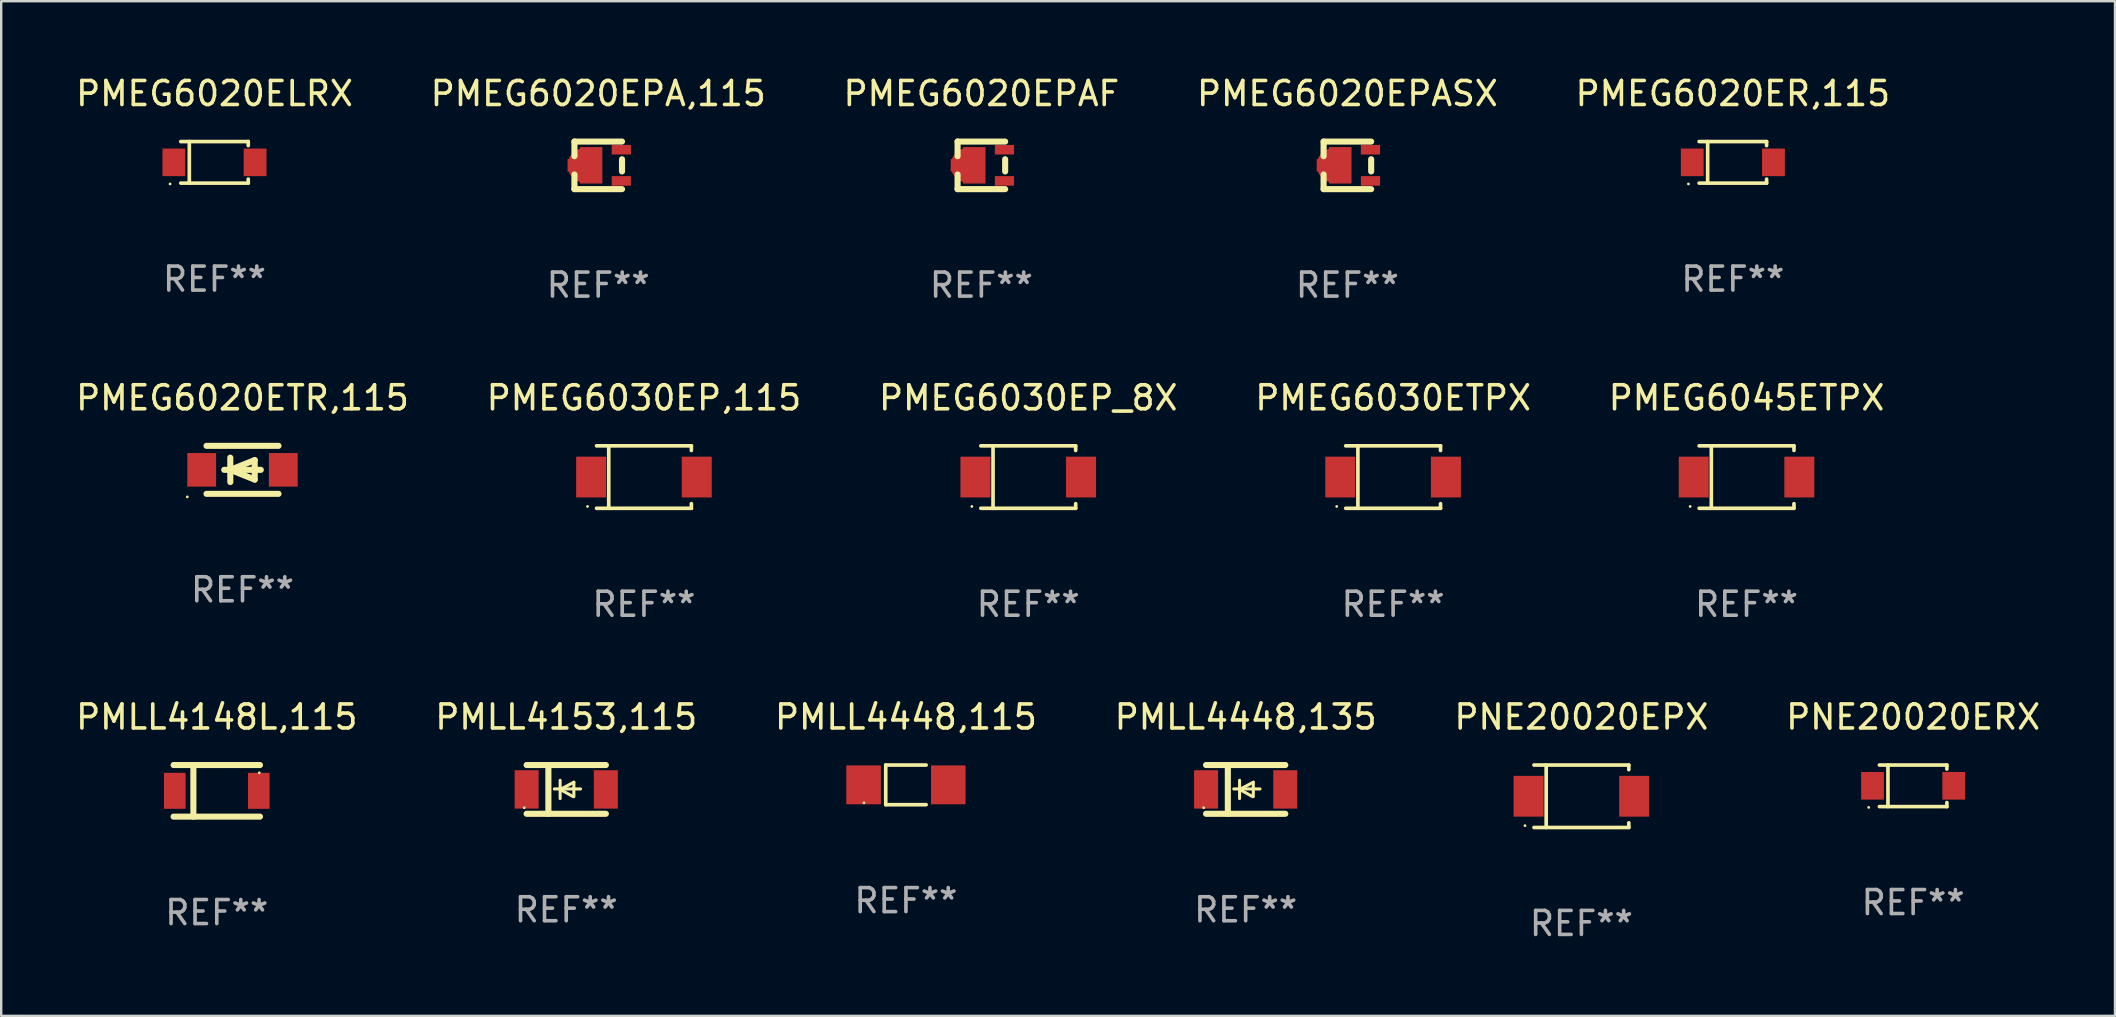
<source format=kicad_pcb>
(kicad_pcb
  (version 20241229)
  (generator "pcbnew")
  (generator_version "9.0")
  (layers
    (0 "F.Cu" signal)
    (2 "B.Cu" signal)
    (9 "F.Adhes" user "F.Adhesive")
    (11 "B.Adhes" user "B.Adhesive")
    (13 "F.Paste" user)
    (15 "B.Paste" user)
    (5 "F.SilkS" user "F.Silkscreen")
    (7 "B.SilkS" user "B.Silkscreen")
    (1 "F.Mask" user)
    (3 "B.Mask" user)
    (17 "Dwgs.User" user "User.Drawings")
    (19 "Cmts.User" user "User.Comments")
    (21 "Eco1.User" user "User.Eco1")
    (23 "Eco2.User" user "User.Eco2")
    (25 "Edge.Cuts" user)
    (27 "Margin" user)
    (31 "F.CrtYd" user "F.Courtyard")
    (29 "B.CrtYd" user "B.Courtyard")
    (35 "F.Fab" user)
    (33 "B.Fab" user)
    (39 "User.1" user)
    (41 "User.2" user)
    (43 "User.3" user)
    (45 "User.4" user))
  (footprint "PMEG6020ETR,115"
    (layer "F.Cu")
    (at 7.054 16.526)
    (property "Reference" "PMEG6020ETR,115" (at 0 -3 0) (layer "F.SilkS") (effects (font (size 1 1) (thickness 0.15))))
    (attr through_hole)
    (fp_line (start -1.5 -1) (end 1.5 -1) (stroke (width 0.254) (type solid)) (layer "F.SilkS"))
    (fp_line (start -1.5 1) (end 1.5 1) (stroke (width 0.254) (type solid)) (layer "F.SilkS"))
    (fp_line (start -0.762 0) (end 0.762 0) (stroke (width 0.254) (type solid)) (layer "F.SilkS"))
    (fp_line (start -0.508 -0.508) (end -0.508 0.508) (stroke (width 0.254) (type solid)) (layer "F.SilkS"))
    (fp_line (start -0.508 0) (end 0.508 -0.406) (stroke (width 0.254) (type solid)) (layer "F.SilkS"))
    (fp_line (start 0.508 -0.406) (end 0.508 0.406) (stroke (width 0.254) (type solid)) (layer "F.SilkS"))
    (fp_line (start 0.508 0.406) (end -0.508 0) (stroke (width 0.254) (type solid)) (layer "F.SilkS"))
    (fp_circle (center -2.3 1.127) (end -2.27 1.127) (stroke (width 0.06) (type solid)) (fill no) (layer "F.SilkS"))
    (fp_text user "REF**" (at 0 5 0) (layer "F.Fab") (effects (font (size 1 1) (thickness 0.15))))
    (pad "1" smd rect (at -1.7 0) (size 1.2 1.4) (layers "F.Cu" "F.Mask" "F.Paste"))
    (pad "2" smd rect (at 1.7 0) (size 1.2 1.4) (layers "F.Cu" "F.Mask" "F.Paste")))
  (footprint "PMLL4448,115"
    (layer "F.Cu")
    (at 34.696 29.651)
    (property "Reference" "PMLL4448,115" (at 0 -2.826 0) (layer "F.SilkS") (effects (font (size 1 1) (thickness 0.15))))
    (attr through_hole)
    (fp_line (start -0.842 -0.826) (end -0.842 0.826) (stroke (width 0.152) (type solid)) (layer "F.SilkS"))
    (fp_line (start -0.842 -0.826) (end 0.842 -0.826) (stroke (width 0.152) (type solid)) (layer "F.SilkS"))
    (fp_line (start -0.842 0.826) (end 0.842 0.826) (stroke (width 0.152) (type solid)) (layer "F.SilkS"))
    (fp_circle (center -1.75 0.75) (end -1.72 0.75) (stroke (width 0.06) (type solid)) (fill no) (layer "F.SilkS"))
    (fp_text user "REF**" (at 0 4.826 0) (layer "F.Fab") (effects (font (size 1 1) (thickness 0.15))))
    (pad "1" smd rect (at -1.765 0) (size 1.44 1.62) (layers "F.Cu" "F.Mask" "F.Paste"))
    (pad "2" smd rect (at 1.765 0) (size 1.44 1.62) (layers "F.Cu" "F.Mask" "F.Paste")))
  (footprint "PMEG6020ER,115"
    (layer "F.Cu")
    (at 69.149 3.714)
    (property "Reference" "PMEG6020ER,115" (at 0 -2.866 0) (layer "F.SilkS") (effects (font (size 1 1) (thickness 0.15))))
    (attr through_hole)
    (fp_line (start -1.406 -0.866) (end 1.406 -0.866) (stroke (width 0.152) (type solid)) (layer "F.SilkS"))
    (fp_line (start -1.406 0.866) (end 1.406 0.866) (stroke (width 0.152) (type solid)) (layer "F.SilkS"))
    (fp_line (start -1.049 -0.866) (end -1.049 0.866) (stroke (width 0.152) (type solid)) (layer "F.SilkS"))
    (fp_line (start 1.406 -0.866) (end 1.406 -0.698) (stroke (width 0.152) (type solid)) (layer "F.SilkS"))
    (fp_line (start 1.406 0.866) (end 1.406 0.698) (stroke (width 0.152) (type solid)) (layer "F.SilkS"))
    (fp_circle (center -1.851 0.9) (end -1.821 0.9) (stroke (width 0.06) (type solid)) (fill no) (layer "F.SilkS"))
    (fp_text user "REF**" (at 0 4.866 0) (layer "F.Fab") (effects (font (size 1 1) (thickness 0.15))))
    (pad "1" smd rect (at -1.692 0) (size 0.95 1.15) (layers "F.Cu" "F.Mask" "F.Paste"))
    (pad "2" smd rect (at 1.692 0) (size 0.95 1.15) (layers "F.Cu" "F.Mask" "F.Paste")))
  (footprint "PMEG6045ETPX"
    (layer "F.Cu")
    (at 69.72 16.827)
    (property "Reference" "PMEG6045ETPX" (at 0 -3.301 0) (layer "F.SilkS") (effects (font (size 1 1) (thickness 0.15))))
    (attr through_hole)
    (fp_line (start -1.976 -1.301) (end 1.976 -1.301) (stroke (width 0.152) (type solid)) (layer "F.SilkS"))
    (fp_line (start -1.976 1.301) (end 1.976 1.301) (stroke (width 0.152) (type solid)) (layer "F.SilkS"))
    (fp_line (start -1.467 -1.301) (end -1.467 1.301) (stroke (width 0.152) (type solid)) (layer "F.SilkS"))
    (fp_line (start 1.976 -1.301) (end 1.976 -1.108) (stroke (width 0.152) (type solid)) (layer "F.SilkS"))
    (fp_line (start 1.976 1.301) (end 1.976 1.108) (stroke (width 0.152) (type solid)) (layer "F.SilkS"))
    (fp_circle (center -2.35 1.225) (end -2.32 1.225) (stroke (width 0.06) (type solid)) (fill no) (layer "F.SilkS"))
    (fp_text user "REF**" (at 0 5.301 0) (layer "F.Fab") (effects (font (size 1 1) (thickness 0.15))))
    (pad "1" smd rect (at -2.2 0 180) (size 1.25 1.7) (layers "F.Cu" "F.Mask" "F.Paste"))
    (pad "2" smd rect (at 2.2 0 180) (size 1.25 1.7) (layers "F.Cu" "F.Mask" "F.Paste")))
  (footprint "PMLL4148L,115"
    (layer "F.Cu")
    (at 5.982 29.9)
    (property "Reference" "PMLL4148L,115" (at 0 -3.075 0) (layer "F.SilkS") (effects (font (size 1 1) (thickness 0.15))))
    (attr through_hole)
    (fp_line (start -0.975 1.075) (end -0.975 -1.075) (stroke (width 0.254) (type solid)) (layer "F.SilkS"))
    (fp_line (start 1.8 -1.075) (end -1.8 -1.075) (stroke (width 0.254) (type solid)) (layer "F.SilkS"))
    (fp_line (start 1.8 1.075) (end -1.8 1.075) (stroke (width 0.254) (type solid)) (layer "F.SilkS"))
    (fp_circle (center 1.77 -0.75) (end 1.8 -0.75) (stroke (width 0.06) (type solid)) (fill no) (layer "F.SilkS"))
    (fp_text user "REF**" (at 0 5.075 0) (layer "F.Fab") (effects (font (size 1 1) (thickness 0.15))))
    (pad "1" smd rect (at 1.75 0 180) (size 0.9 1.5) (layers "F.Cu" "F.Mask" "F.Paste"))
    (pad "2" smd rect (at -1.75 0 180) (size 0.9 1.5) (layers "F.Cu" "F.Mask" "F.Paste")))
  (footprint "PMEG6030EP_8X"
    (layer "F.Cu")
    (at 39.792 16.827)
    (property "Reference" "PMEG6030EP_8X" (at 0 -3.301 0) (layer "F.SilkS") (effects (font (size 1 1) (thickness 0.15))))
    (attr through_hole)
    (fp_line (start -1.976 -1.301) (end 1.976 -1.301) (stroke (width 0.152) (type solid)) (layer "F.SilkS"))
    (fp_line (start -1.976 1.301) (end 1.976 1.301) (stroke (width 0.152) (type solid)) (layer "F.SilkS"))
    (fp_line (start -1.467 -1.301) (end -1.467 1.301) (stroke (width 0.152) (type solid)) (layer "F.SilkS"))
    (fp_line (start 1.976 -1.301) (end 1.976 -1.108) (stroke (width 0.152) (type solid)) (layer "F.SilkS"))
    (fp_line (start 1.976 1.301) (end 1.976 1.108) (stroke (width 0.152) (type solid)) (layer "F.SilkS"))
    (fp_circle (center -2.35 1.225) (end -2.32 1.225) (stroke (width 0.06) (type solid)) (fill no) (layer "F.SilkS"))
    (fp_text user "REF**" (at 0 5.301 0) (layer "F.Fab") (effects (font (size 1 1) (thickness 0.15))))
    (pad "1" smd rect (at -2.2 0 180) (size 1.25 1.7) (layers "F.Cu" "F.Mask" "F.Paste"))
    (pad "2" smd rect (at 2.2 0 180) (size 1.25 1.7) (layers "F.Cu" "F.Mask" "F.Paste")))
  (footprint "PMLL4448,135"
    (layer "F.Cu")
    (at 48.851 29.841)
    (property "Reference" "PMLL4448,135" (at 0 -3.016 0) (layer "F.SilkS") (effects (font (size 1 1) (thickness 0.15))))
    (attr through_hole)
    (fp_line (start -1.651 -1.016) (end 1.651 -1.016) (stroke (width 0.254) (type solid)) (layer "F.SilkS"))
    (fp_line (start -1.651 1.016) (end 1.651 1.016) (stroke (width 0.254) (type solid)) (layer "F.SilkS"))
    (fp_line (start -0.743 -1) (end -0.743 1.016) (stroke (width 0.254) (type solid)) (layer "F.SilkS"))
    (fp_line (start -0.495 -0.02) (end 0.597 -0.02) (stroke (width 0.127) (type solid)) (layer "F.SilkS"))
    (fp_line (start -0.254 0) (end -0.254 -0.381) (stroke (width 0.127) (type solid)) (layer "F.SilkS"))
    (fp_line (start -0.254 0) (end -0.254 0.381) (stroke (width 0.127) (type solid)) (layer "F.SilkS"))
    (fp_line (start 0.288 0.301) (end -0.254 0) (stroke (width 0.127) (type solid)) (layer "F.SilkS"))
    (fp_line (start 0.318 -0.299) (end -0.254 0) (stroke (width 0.127) (type solid)) (layer "F.SilkS"))
    (fp_line (start 0.318 -0.299) (end 0.318 0.301) (stroke (width 0.127) (type solid)) (layer "F.SilkS"))
    (fp_circle (center -1.75 0.763) (end -1.72 0.763) (stroke (width 0.06) (type solid)) (fill no) (layer "F.SilkS"))
    (fp_text user "REF**" (at 0 5.016 0) (layer "F.Fab") (effects (font (size 1 1) (thickness 0.15))))
    (pad "1" smd rect (at -1.65 0 90) (size 1.6 1) (layers "F.Cu" "F.Mask" "F.Paste"))
    (pad "2" smd rect (at 1.65 0 90) (size 1.6 1) (layers "F.Cu" "F.Mask" "F.Paste")))
  (footprint "PMEG6020EPASX"
    (layer "F.Cu")
    (at 53.089 3.839)
    (property "Reference" "PMEG6020EPASX" (at 0 -2.991 0) (layer "F.SilkS") (effects (font (size 1 1) (thickness 0.15))))
    (attr through_hole)
    (fp_line (start -0.991 -0.991) (end -0.991 -0.381) (stroke (width 0.254) (type solid)) (layer "F.SilkS"))
    (fp_line (start -0.991 0.381) (end -0.991 0.991) (stroke (width 0.254) (type solid)) (layer "F.SilkS"))
    (fp_line (start -0.991 0.991) (end 0.991 0.991) (stroke (width 0.254) (type solid)) (layer "F.SilkS"))
    (fp_line (start 0.991 -0.991) (end -0.991 -0.991) (stroke (width 0.254) (type solid)) (layer "F.SilkS"))
    (fp_line (start 0.991 -0.254) (end 0.991 0.254) (stroke (width 0.254) (type solid)) (layer "F.SilkS"))
    (fp_circle (center 1.054 0.999) (end 1.084 0.999) (stroke (width 0.06) (type solid)) (fill no) (layer "F.SilkS"))
    (fp_text user "REF**" (at 0 4.991 0) (layer "F.Fab") (effects (font (size 1 1) (thickness 0.15))))
    (pad "1" smd rect (at 0.962 0.649 270) (size 0.399 0.8) (layers "F.Cu" "F.Mask" "F.Paste"))
    (pad "2" smd rect (at 0.962 -0.651 270) (size 0.399 0.8) (layers "F.Cu" "F.Mask" "F.Paste"))
    (pad "3" smd custom (at -0.553 -0.001) (size 1.45 1.52) (layers "F.Cu" "F.Mask" "F.Paste") (options (anchor circle)) (primitives (gr_poly (pts (xy -0.725 -0.26) (xy -0.225 -0.26) (xy -0.215 -0.26) (xy -0.215 -0.76) (xy 0.725 -0.76) (xy 0.725 0.75) (xy 0.725 0.76) (xy -0.205 0.76) (xy -0.215 0.76) (xy -0.215 0.75) (xy -0.215 0.26) (xy -0.725 0.26)) (width 0) (fill yes)))))
  (footprint "PMEG6020EPAF"
    (layer "F.Cu")
    (at 37.839 3.839)
    (property "Reference" "PMEG6020EPAF" (at 0 -2.991 0) (layer "F.SilkS") (effects (font (size 1 1) (thickness 0.15))))
    (attr through_hole)
    (fp_line (start -0.991 -0.991) (end -0.991 -0.381) (stroke (width 0.254) (type solid)) (layer "F.SilkS"))
    (fp_line (start -0.991 0.381) (end -0.991 0.991) (stroke (width 0.254) (type solid)) (layer "F.SilkS"))
    (fp_line (start -0.991 0.991) (end 0.991 0.991) (stroke (width 0.254) (type solid)) (layer "F.SilkS"))
    (fp_line (start 0.991 -0.991) (end -0.991 -0.991) (stroke (width 0.254) (type solid)) (layer "F.SilkS"))
    (fp_line (start 0.991 -0.254) (end 0.991 0.254) (stroke (width 0.254) (type solid)) (layer "F.SilkS"))
    (fp_circle (center 1.054 0.999) (end 1.084 0.999) (stroke (width 0.06) (type solid)) (fill no) (layer "F.SilkS"))
    (fp_text user "REF**" (at 0 4.991 0) (layer "F.Fab") (effects (font (size 1 1) (thickness 0.15))))
    (pad "1" smd rect (at 0.962 0.649 270) (size 0.399 0.8) (layers "F.Cu" "F.Mask" "F.Paste"))
    (pad "2" smd rect (at 0.962 -0.651 270) (size 0.399 0.8) (layers "F.Cu" "F.Mask" "F.Paste"))
    (pad "3" smd custom (at -0.553 -0.001) (size 1.45 1.52) (layers "F.Cu" "F.Mask" "F.Paste") (options (anchor circle)) (primitives (gr_poly (pts (xy -0.725 -0.26) (xy -0.225 -0.26) (xy -0.215 -0.26) (xy -0.215 -0.76) (xy 0.725 -0.76) (xy 0.725 0.75) (xy 0.725 0.76) (xy -0.205 0.76) (xy -0.215 0.76) (xy -0.215 0.75) (xy -0.215 0.26) (xy -0.725 0.26)) (width 0) (fill yes)))))
  (footprint "PMEG6030EP,115"
    (layer "F.Cu")
    (at 23.78 16.827)
    (property "Reference" "PMEG6030EP,115" (at 0 -3.301 0) (layer "F.SilkS") (effects (font (size 1 1) (thickness 0.15))))
    (attr through_hole)
    (fp_line (start -1.976 -1.301) (end 1.976 -1.301) (stroke (width 0.152) (type solid)) (layer "F.SilkS"))
    (fp_line (start -1.976 1.301) (end 1.976 1.301) (stroke (width 0.152) (type solid)) (layer "F.SilkS"))
    (fp_line (start -1.467 -1.301) (end -1.467 1.301) (stroke (width 0.152) (type solid)) (layer "F.SilkS"))
    (fp_line (start 1.976 -1.301) (end 1.976 -1.108) (stroke (width 0.152) (type solid)) (layer "F.SilkS"))
    (fp_line (start 1.976 1.301) (end 1.976 1.108) (stroke (width 0.152) (type solid)) (layer "F.SilkS"))
    (fp_circle (center -2.35 1.225) (end -2.32 1.225) (stroke (width 0.06) (type solid)) (fill no) (layer "F.SilkS"))
    (fp_text user "REF**" (at 0 5.301 0) (layer "F.Fab") (effects (font (size 1 1) (thickness 0.15))))
    (pad "1" smd rect (at -2.2 0 180) (size 1.25 1.7) (layers "F.Cu" "F.Mask" "F.Paste"))
    (pad "2" smd rect (at 2.2 0 180) (size 1.25 1.7) (layers "F.Cu" "F.Mask" "F.Paste")))
  (footprint "PMEG6030ETPX"
    (layer "F.Cu")
    (at 54.994 16.827)
    (property "Reference" "PMEG6030ETPX" (at 0 -3.301 0) (layer "F.SilkS") (effects (font (size 1 1) (thickness 0.15))))
    (attr through_hole)
    (fp_line (start -1.976 -1.301) (end 1.976 -1.301) (stroke (width 0.152) (type solid)) (layer "F.SilkS"))
    (fp_line (start -1.976 1.301) (end 1.976 1.301) (stroke (width 0.152) (type solid)) (layer "F.SilkS"))
    (fp_line (start -1.467 -1.301) (end -1.467 1.301) (stroke (width 0.152) (type solid)) (layer "F.SilkS"))
    (fp_line (start 1.976 -1.301) (end 1.976 -1.108) (stroke (width 0.152) (type solid)) (layer "F.SilkS"))
    (fp_line (start 1.976 1.301) (end 1.976 1.108) (stroke (width 0.152) (type solid)) (layer "F.SilkS"))
    (fp_circle (center -2.35 1.225) (end -2.32 1.225) (stroke (width 0.06) (type solid)) (fill no) (layer "F.SilkS"))
    (fp_text user "REF**" (at 0 5.301 0) (layer "F.Fab") (effects (font (size 1 1) (thickness 0.15))))
    (pad "1" smd rect (at -2.2 0 180) (size 1.25 1.7) (layers "F.Cu" "F.Mask" "F.Paste"))
    (pad "2" smd rect (at 2.2 0 180) (size 1.25 1.7) (layers "F.Cu" "F.Mask" "F.Paste")))
  (footprint "PMLL4153,115"
    (layer "F.Cu")
    (at 20.542 29.841)
    (property "Reference" "PMLL4153,115" (at 0 -3.016 0) (layer "F.SilkS") (effects (font (size 1 1) (thickness 0.15))))
    (attr through_hole)
    (fp_line (start -1.651 -1.016) (end 1.651 -1.016) (stroke (width 0.254) (type solid)) (layer "F.SilkS"))
    (fp_line (start -1.651 1.016) (end 1.651 1.016) (stroke (width 0.254) (type solid)) (layer "F.SilkS"))
    (fp_line (start -0.743 -1) (end -0.743 1.016) (stroke (width 0.254) (type solid)) (layer "F.SilkS"))
    (fp_line (start -0.495 -0.02) (end 0.597 -0.02) (stroke (width 0.127) (type solid)) (layer "F.SilkS"))
    (fp_line (start -0.254 0) (end -0.254 -0.381) (stroke (width 0.127) (type solid)) (layer "F.SilkS"))
    (fp_line (start -0.254 0) (end -0.254 0.381) (stroke (width 0.127) (type solid)) (layer "F.SilkS"))
    (fp_line (start 0.288 0.301) (end -0.254 0) (stroke (width 0.127) (type solid)) (layer "F.SilkS"))
    (fp_line (start 0.318 -0.299) (end -0.254 0) (stroke (width 0.127) (type solid)) (layer "F.SilkS"))
    (fp_line (start 0.318 -0.299) (end 0.318 0.301) (stroke (width 0.127) (type solid)) (layer "F.SilkS"))
    (fp_circle (center -1.75 0.763) (end -1.72 0.763) (stroke (width 0.06) (type solid)) (fill no) (layer "F.SilkS"))
    (fp_text user "REF**" (at 0 5.016 0) (layer "F.Fab") (effects (font (size 1 1) (thickness 0.15))))
    (pad "1" smd rect (at -1.65 0 90) (size 1.6 1) (layers "F.Cu" "F.Mask" "F.Paste"))
    (pad "2" smd rect (at 1.65 0 90) (size 1.6 1) (layers "F.Cu" "F.Mask" "F.Paste")))
  (footprint "PNE20020EPX"
    (layer "F.Cu")
    (at 62.839 30.126)
    (property "Reference" "PNE20020EPX" (at 0 -3.301 0) (layer "F.SilkS") (effects (font (size 1 1) (thickness 0.15))))
    (attr through_hole)
    (fp_line (start -1.976 -1.301) (end 1.976 -1.301) (stroke (width 0.152) (type solid)) (layer "F.SilkS"))
    (fp_line (start -1.976 1.301) (end 1.976 1.301) (stroke (width 0.152) (type solid)) (layer "F.SilkS"))
    (fp_line (start -1.467 -1.301) (end -1.467 1.301) (stroke (width 0.152) (type solid)) (layer "F.SilkS"))
    (fp_line (start 1.976 -1.301) (end 1.976 -1.108) (stroke (width 0.152) (type solid)) (layer "F.SilkS"))
    (fp_line (start 1.976 1.301) (end 1.976 1.108) (stroke (width 0.152) (type solid)) (layer "F.SilkS"))
    (fp_circle (center -2.35 1.225) (end -2.32 1.225) (stroke (width 0.06) (type solid)) (fill no) (layer "F.SilkS"))
    (fp_text user "REF**" (at 0 5.301 0) (layer "F.Fab") (effects (font (size 1 1) (thickness 0.15))))
    (pad "1" smd rect (at -2.2 0 180) (size 1.25 1.7) (layers "F.Cu" "F.Mask" "F.Paste"))
    (pad "2" smd rect (at 2.2 0 180) (size 1.25 1.7) (layers "F.Cu" "F.Mask" "F.Paste")))
  (footprint "PNE20020ERX"
    (layer "F.Cu")
    (at 76.661 29.691)
    (property "Reference" "PNE20020ERX" (at 0 -2.866 0) (layer "F.SilkS") (effects (font (size 1 1) (thickness 0.15))))
    (attr through_hole)
    (fp_line (start -1.406 -0.866) (end 1.406 -0.866) (stroke (width 0.152) (type solid)) (layer "F.SilkS"))
    (fp_line (start -1.406 0.866) (end 1.406 0.866) (stroke (width 0.152) (type solid)) (layer "F.SilkS"))
    (fp_line (start -1.049 -0.866) (end -1.049 0.866) (stroke (width 0.152) (type solid)) (layer "F.SilkS"))
    (fp_line (start 1.406 -0.866) (end 1.406 -0.698) (stroke (width 0.152) (type solid)) (layer "F.SilkS"))
    (fp_line (start 1.406 0.866) (end 1.406 0.698) (stroke (width 0.152) (type solid)) (layer "F.SilkS"))
    (fp_circle (center -1.851 0.9) (end -1.821 0.9) (stroke (width 0.06) (type solid)) (fill no) (layer "F.SilkS"))
    (fp_text user "REF**" (at 0 4.866 0) (layer "F.Fab") (effects (font (size 1 1) (thickness 0.15))))
    (pad "1" smd rect (at -1.692 0) (size 0.95 1.15) (layers "F.Cu" "F.Mask" "F.Paste"))
    (pad "2" smd rect (at 1.692 0) (size 0.95 1.15) (layers "F.Cu" "F.Mask" "F.Paste")))
  (footprint "PMEG6020EPA,115"
    (layer "F.Cu")
    (at 21.875 3.839)
    (property "Reference" "PMEG6020EPA,115" (at 0 -2.991 0) (layer "F.SilkS") (effects (font (size 1 1) (thickness 0.15))))
    (attr through_hole)
    (fp_line (start -0.991 -0.991) (end -0.991 -0.381) (stroke (width 0.254) (type solid)) (layer "F.SilkS"))
    (fp_line (start -0.991 0.381) (end -0.991 0.991) (stroke (width 0.254) (type solid)) (layer "F.SilkS"))
    (fp_line (start -0.991 0.991) (end 0.991 0.991) (stroke (width 0.254) (type solid)) (layer "F.SilkS"))
    (fp_line (start 0.991 -0.991) (end -0.991 -0.991) (stroke (width 0.254) (type solid)) (layer "F.SilkS"))
    (fp_line (start 0.991 -0.254) (end 0.991 0.254) (stroke (width 0.254) (type solid)) (layer "F.SilkS"))
    (fp_circle (center 1.054 0.999) (end 1.084 0.999) (stroke (width 0.06) (type solid)) (fill no) (layer "F.SilkS"))
    (fp_text user "REF**" (at 0 4.991 0) (layer "F.Fab") (effects (font (size 1 1) (thickness 0.15))))
    (pad "1" smd rect (at 0.962 0.649 270) (size 0.399 0.8) (layers "F.Cu" "F.Mask" "F.Paste"))
    (pad "2" smd rect (at 0.962 -0.651 270) (size 0.399 0.8) (layers "F.Cu" "F.Mask" "F.Paste"))
    (pad "3" smd custom (at -0.553 -0.001) (size 1.45 1.52) (layers "F.Cu" "F.Mask" "F.Paste") (options (anchor circle)) (primitives (gr_poly (pts (xy -0.725 -0.26) (xy -0.225 -0.26) (xy -0.215 -0.26) (xy -0.215 -0.76) (xy 0.725 -0.76) (xy 0.725 0.75) (xy 0.725 0.76) (xy -0.205 0.76) (xy -0.215 0.76) (xy -0.215 0.75) (xy -0.215 0.26) (xy -0.725 0.26)) (width 0) (fill yes)))))
  (footprint "PMEG6020ELRX"
    (layer "F.Cu")
    (at 5.887 3.714)
    (property "Reference" "PMEG6020ELRX" (at 0 -2.866 0) (layer "F.SilkS") (effects (font (size 1 1) (thickness 0.15))))
    (attr through_hole)
    (fp_line (start -1.406 -0.866) (end 1.406 -0.866) (stroke (width 0.152) (type solid)) (layer "F.SilkS"))
    (fp_line (start -1.406 0.866) (end 1.406 0.866) (stroke (width 0.152) (type solid)) (layer "F.SilkS"))
    (fp_line (start -1.049 -0.866) (end -1.049 0.866) (stroke (width 0.152) (type solid)) (layer "F.SilkS"))
    (fp_line (start 1.406 -0.866) (end 1.406 -0.698) (stroke (width 0.152) (type solid)) (layer "F.SilkS"))
    (fp_line (start 1.406 0.866) (end 1.406 0.698) (stroke (width 0.152) (type solid)) (layer "F.SilkS"))
    (fp_circle (center -1.851 0.9) (end -1.821 0.9) (stroke (width 0.06) (type solid)) (fill no) (layer "F.SilkS"))
    (fp_text user "REF**" (at 0 4.866 0) (layer "F.Fab") (effects (font (size 1 1) (thickness 0.15))))
    (pad "1" smd rect (at -1.692 0) (size 0.95 1.15) (layers "F.Cu" "F.Mask" "F.Paste"))
    (pad "2" smd rect (at 1.692 0) (size 0.95 1.15) (layers "F.Cu" "F.Mask" "F.Paste")))
  (gr_rect
    (start -3 -3)
    (end 85.071 39.275)
    (stroke (width 0.1) (type default))
    (fill no)
    (layer "Edge.Cuts")))
</source>
